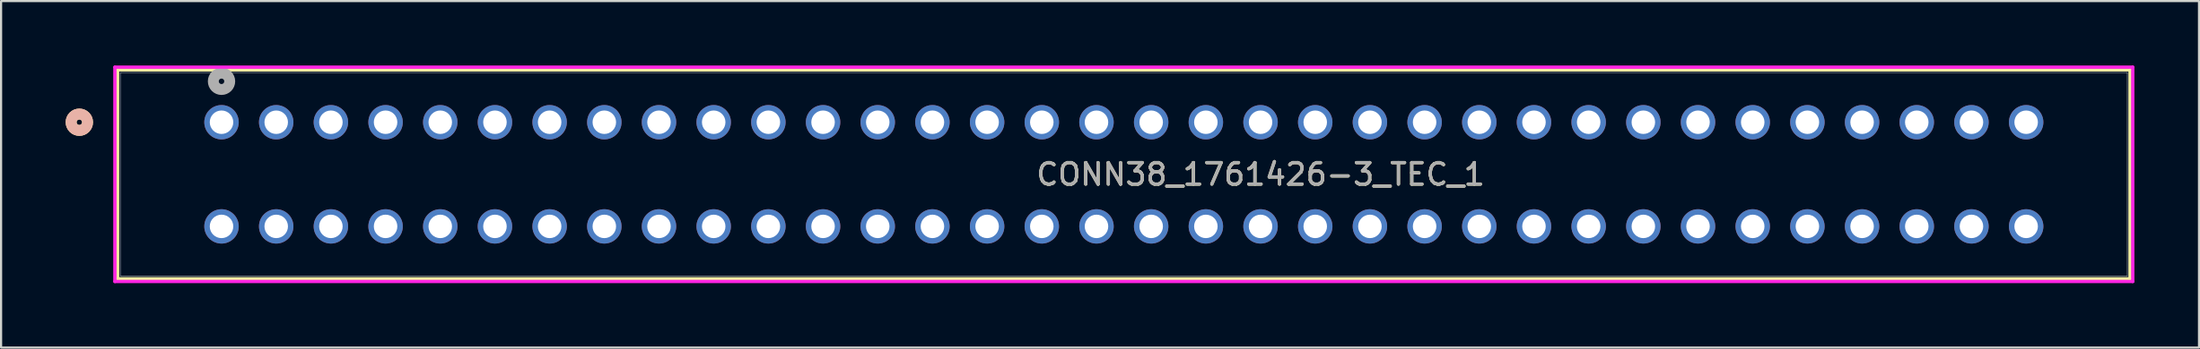
<source format=kicad_pcb>
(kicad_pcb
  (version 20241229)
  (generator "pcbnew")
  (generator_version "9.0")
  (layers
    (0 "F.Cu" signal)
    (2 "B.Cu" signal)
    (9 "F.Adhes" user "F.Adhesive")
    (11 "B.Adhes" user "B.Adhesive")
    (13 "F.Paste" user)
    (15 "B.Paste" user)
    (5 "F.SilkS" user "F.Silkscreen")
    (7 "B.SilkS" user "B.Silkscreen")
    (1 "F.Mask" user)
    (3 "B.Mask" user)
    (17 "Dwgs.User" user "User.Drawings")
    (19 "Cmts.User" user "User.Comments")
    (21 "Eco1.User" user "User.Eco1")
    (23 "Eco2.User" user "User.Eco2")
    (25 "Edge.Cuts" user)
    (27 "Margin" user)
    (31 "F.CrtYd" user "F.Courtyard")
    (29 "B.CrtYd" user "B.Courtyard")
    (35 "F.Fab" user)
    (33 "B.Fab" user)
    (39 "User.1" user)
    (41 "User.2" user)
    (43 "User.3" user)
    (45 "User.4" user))
  (footprint "CONN38_1761426-3_TEC_1"
    (layer "F.Cu")
    (at 7.239 2.642)
    (property "Reference" "CONN38_1761426-3_TEC_1" (at 48.26 2.426 0) (unlocked yes) (layer "F.SilkS") (effects (font (size 1 1) (thickness 0.15))))
    (attr through_hole)
    (fp_line (start -4.826 -2.438) (end -4.826 7.29) (stroke (width 0.152) (type solid)) (layer "F.SilkS"))
    (fp_line (start -4.826 7.29) (end 88.646 7.29) (stroke (width 0.152) (type solid)) (layer "F.SilkS"))
    (fp_line (start 88.646 -2.438) (end -4.826 -2.438) (stroke (width 0.152) (type solid)) (layer "F.SilkS"))
    (fp_line (start 88.646 7.29) (end 88.646 -2.438) (stroke (width 0.152) (type solid)) (layer "F.SilkS"))
    (fp_circle (center -6.604 0) (end -6.223 0) (stroke (width 0.508) (type solid)) (fill no) (layer "F.SilkS"))
    (fp_circle (center -6.604 0) (end -6.223 0) (stroke (width 0.508) (type solid)) (fill no) (layer "B.SilkS"))
    (fp_line (start -4.953 -2.565) (end -4.953 7.417) (stroke (width 0.152) (type solid)) (layer "F.CrtYd"))
    (fp_line (start -4.953 7.417) (end 88.773 7.417) (stroke (width 0.152) (type solid)) (layer "F.CrtYd"))
    (fp_line (start 88.773 -2.565) (end -4.953 -2.565) (stroke (width 0.152) (type solid)) (layer "F.CrtYd"))
    (fp_line (start 88.773 7.417) (end 88.773 -2.565) (stroke (width 0.152) (type solid)) (layer "F.CrtYd"))
    (fp_line (start -4.699 -2.311) (end -4.699 7.163) (stroke (width 0.025) (type solid)) (layer "F.Fab"))
    (fp_line (start -4.699 7.163) (end 88.519 7.163) (stroke (width 0.025) (type solid)) (layer "F.Fab"))
    (fp_line (start 88.519 -2.311) (end -4.699 -2.311) (stroke (width 0.025) (type solid)) (layer "F.Fab"))
    (fp_line (start 88.519 7.163) (end 88.519 -2.311) (stroke (width 0.025) (type solid)) (layer "F.Fab"))
    (fp_circle (center 0 -1.905) (end 0.381 -1.905) (stroke (width 0.508) (type solid)) (fill no) (layer "F.Fab"))
    (fp_text user "${REFERENCE}" (at 48.26 2.426 0) (unlocked yes) (layer "F.Fab") (effects (font (size 1 1) (thickness 0.15))))
    (pad "1" thru_hole circle (at 0 0) (size 1.6 1.6) (drill 1.092) (layers "*.Cu" "*.Mask"))
    (pad "2" thru_hole circle (at 2.54 0) (size 1.6 1.6) (drill 1.092) (layers "*.Cu" "*.Mask"))
    (pad "3" thru_hole circle (at 5.08 0) (size 1.6 1.6) (drill 1.092) (layers "*.Cu" "*.Mask"))
    (pad "4" thru_hole circle (at 7.62 0) (size 1.6 1.6) (drill 1.092) (layers "*.Cu" "*.Mask"))
    (pad "5" thru_hole circle (at 10.16 0) (size 1.6 1.6) (drill 1.092) (layers "*.Cu" "*.Mask"))
    (pad "6" thru_hole circle (at 12.7 0) (size 1.6 1.6) (drill 1.092) (layers "*.Cu" "*.Mask"))
    (pad "7" thru_hole circle (at 15.24 0) (size 1.6 1.6) (drill 1.092) (layers "*.Cu" "*.Mask"))
    (pad "8" thru_hole circle (at 17.78 0) (size 1.6 1.6) (drill 1.092) (layers "*.Cu" "*.Mask"))
    (pad "9" thru_hole circle (at 20.32 0) (size 1.6 1.6) (drill 1.092) (layers "*.Cu" "*.Mask"))
    (pad "10" thru_hole circle (at 22.86 0) (size 1.6 1.6) (drill 1.092) (layers "*.Cu" "*.Mask"))
    (pad "11" thru_hole circle (at 25.4 0) (size 1.6 1.6) (drill 1.092) (layers "*.Cu" "*.Mask"))
    (pad "12" thru_hole circle (at 27.94 0) (size 1.6 1.6) (drill 1.092) (layers "*.Cu" "*.Mask"))
    (pad "13" thru_hole circle (at 30.48 0) (size 1.6 1.6) (drill 1.092) (layers "*.Cu" "*.Mask"))
    (pad "14" thru_hole circle (at 33.02 0) (size 1.6 1.6) (drill 1.092) (layers "*.Cu" "*.Mask"))
    (pad "15" thru_hole circle (at 35.56 0) (size 1.6 1.6) (drill 1.092) (layers "*.Cu" "*.Mask"))
    (pad "16" thru_hole circle (at 38.1 0) (size 1.6 1.6) (drill 1.092) (layers "*.Cu" "*.Mask"))
    (pad "17" thru_hole circle (at 40.64 0) (size 1.6 1.6) (drill 1.092) (layers "*.Cu" "*.Mask"))
    (pad "18" thru_hole circle (at 43.18 0) (size 1.6 1.6) (drill 1.092) (layers "*.Cu" "*.Mask"))
    (pad "19" thru_hole circle (at 45.72 0) (size 1.6 1.6) (drill 1.092) (layers "*.Cu" "*.Mask"))
    (pad "20" thru_hole circle (at 48.26 0) (size 1.6 1.6) (drill 1.092) (layers "*.Cu" "*.Mask"))
    (pad "21" thru_hole circle (at 50.8 0) (size 1.6 1.6) (drill 1.092) (layers "*.Cu" "*.Mask"))
    (pad "22" thru_hole circle (at 53.34 0) (size 1.6 1.6) (drill 1.092) (layers "*.Cu" "*.Mask"))
    (pad "23" thru_hole circle (at 55.88 0) (size 1.6 1.6) (drill 1.092) (layers "*.Cu" "*.Mask"))
    (pad "24" thru_hole circle (at 58.42 0) (size 1.6 1.6) (drill 1.092) (layers "*.Cu" "*.Mask"))
    (pad "25" thru_hole circle (at 60.96 0) (size 1.6 1.6) (drill 1.092) (layers "*.Cu" "*.Mask"))
    (pad "26" thru_hole circle (at 63.5 0) (size 1.6 1.6) (drill 1.092) (layers "*.Cu" "*.Mask"))
    (pad "27" thru_hole circle (at 66.04 0) (size 1.6 1.6) (drill 1.092) (layers "*.Cu" "*.Mask"))
    (pad "28" thru_hole circle (at 68.58 0) (size 1.6 1.6) (drill 1.092) (layers "*.Cu" "*.Mask"))
    (pad "29" thru_hole circle (at 71.12 0) (size 1.6 1.6) (drill 1.092) (layers "*.Cu" "*.Mask"))
    (pad "30" thru_hole circle (at 73.66 0) (size 1.6 1.6) (drill 1.092) (layers "*.Cu" "*.Mask"))
    (pad "31" thru_hole circle (at 76.2 0) (size 1.6 1.6) (drill 1.092) (layers "*.Cu" "*.Mask"))
    (pad "32" thru_hole circle (at 78.74 0) (size 1.6 1.6) (drill 1.092) (layers "*.Cu" "*.Mask"))
    (pad "33" thru_hole circle (at 81.28 0) (size 1.6 1.6) (drill 1.092) (layers "*.Cu" "*.Mask"))
    (pad "34" thru_hole circle (at 83.82 0) (size 1.6 1.6) (drill 1.092) (layers "*.Cu" "*.Mask"))
    (pad "35" thru_hole circle (at 83.82 4.851) (size 1.6 1.6) (drill 1.092) (layers "*.Cu" "*.Mask"))
    (pad "36" thru_hole circle (at 81.28 4.851) (size 1.6 1.6) (drill 1.092) (layers "*.Cu" "*.Mask"))
    (pad "37" thru_hole circle (at 78.74 4.851) (size 1.6 1.6) (drill 1.092) (layers "*.Cu" "*.Mask"))
    (pad "38" thru_hole circle (at 76.2 4.851) (size 1.6 1.6) (drill 1.092) (layers "*.Cu" "*.Mask"))
    (pad "39" thru_hole circle (at 73.66 4.851) (size 1.6 1.6) (drill 1.092) (layers "*.Cu" "*.Mask"))
    (pad "40" thru_hole circle (at 71.12 4.851) (size 1.6 1.6) (drill 1.092) (layers "*.Cu" "*.Mask"))
    (pad "41" thru_hole circle (at 68.58 4.851) (size 1.6 1.6) (drill 1.092) (layers "*.Cu" "*.Mask"))
    (pad "42" thru_hole circle (at 66.04 4.851) (size 1.6 1.6) (drill 1.092) (layers "*.Cu" "*.Mask"))
    (pad "43" thru_hole circle (at 63.5 4.851) (size 1.6 1.6) (drill 1.092) (layers "*.Cu" "*.Mask"))
    (pad "44" thru_hole circle (at 60.96 4.851) (size 1.6 1.6) (drill 1.092) (layers "*.Cu" "*.Mask"))
    (pad "45" thru_hole circle (at 58.42 4.851) (size 1.6 1.6) (drill 1.092) (layers "*.Cu" "*.Mask"))
    (pad "46" thru_hole circle (at 55.88 4.851) (size 1.6 1.6) (drill 1.092) (layers "*.Cu" "*.Mask"))
    (pad "47" thru_hole circle (at 53.34 4.851) (size 1.6 1.6) (drill 1.092) (layers "*.Cu" "*.Mask"))
    (pad "48" thru_hole circle (at 50.8 4.851) (size 1.6 1.6) (drill 1.092) (layers "*.Cu" "*.Mask"))
    (pad "49" thru_hole circle (at 48.26 4.851) (size 1.6 1.6) (drill 1.092) (layers "*.Cu" "*.Mask"))
    (pad "50" thru_hole circle (at 45.72 4.851) (size 1.6 1.6) (drill 1.092) (layers "*.Cu" "*.Mask"))
    (pad "51" thru_hole circle (at 43.18 4.851) (size 1.6 1.6) (drill 1.092) (layers "*.Cu" "*.Mask"))
    (pad "52" thru_hole circle (at 40.64 4.851) (size 1.6 1.6) (drill 1.092) (layers "*.Cu" "*.Mask"))
    (pad "53" thru_hole circle (at 38.1 4.851) (size 1.6 1.6) (drill 1.092) (layers "*.Cu" "*.Mask"))
    (pad "54" thru_hole circle (at 35.56 4.851) (size 1.6 1.6) (drill 1.092) (layers "*.Cu" "*.Mask"))
    (pad "55" thru_hole circle (at 33.02 4.851) (size 1.6 1.6) (drill 1.092) (layers "*.Cu" "*.Mask"))
    (pad "56" thru_hole circle (at 30.48 4.851) (size 1.6 1.6) (drill 1.092) (layers "*.Cu" "*.Mask"))
    (pad "57" thru_hole circle (at 27.94 4.851) (size 1.6 1.6) (drill 1.092) (layers "*.Cu" "*.Mask"))
    (pad "58" thru_hole circle (at 25.4 4.851) (size 1.6 1.6) (drill 1.092) (layers "*.Cu" "*.Mask"))
    (pad "59" thru_hole circle (at 22.86 4.851) (size 1.6 1.6) (drill 1.092) (layers "*.Cu" "*.Mask"))
    (pad "60" thru_hole circle (at 20.32 4.851) (size 1.6 1.6) (drill 1.092) (layers "*.Cu" "*.Mask"))
    (pad "61" thru_hole circle (at 17.78 4.851) (size 1.6 1.6) (drill 1.092) (layers "*.Cu" "*.Mask"))
    (pad "62" thru_hole circle (at 15.24 4.851) (size 1.6 1.6) (drill 1.092) (layers "*.Cu" "*.Mask"))
    (pad "63" thru_hole circle (at 12.7 4.851) (size 1.6 1.6) (drill 1.092) (layers "*.Cu" "*.Mask"))
    (pad "64" thru_hole circle (at 10.16 4.851) (size 1.6 1.6) (drill 1.092) (layers "*.Cu" "*.Mask"))
    (pad "65" thru_hole circle (at 7.62 4.851) (size 1.6 1.6) (drill 1.092) (layers "*.Cu" "*.Mask"))
    (pad "66" thru_hole circle (at 5.08 4.851) (size 1.6 1.6) (drill 1.092) (layers "*.Cu" "*.Mask"))
    (pad "67" thru_hole circle (at 2.54 4.851) (size 1.6 1.6) (drill 1.092) (layers "*.Cu" "*.Mask"))
    (pad "68" thru_hole circle (at 0 4.851) (size 1.6 1.6) (drill 1.092) (layers "*.Cu" "*.Mask")))
  (gr_rect
    (start -3 -3)
    (end 99.088 13.135)
    (stroke (width 0.1) (type default))
    (fill no)
    (layer "Edge.Cuts")))
</source>
